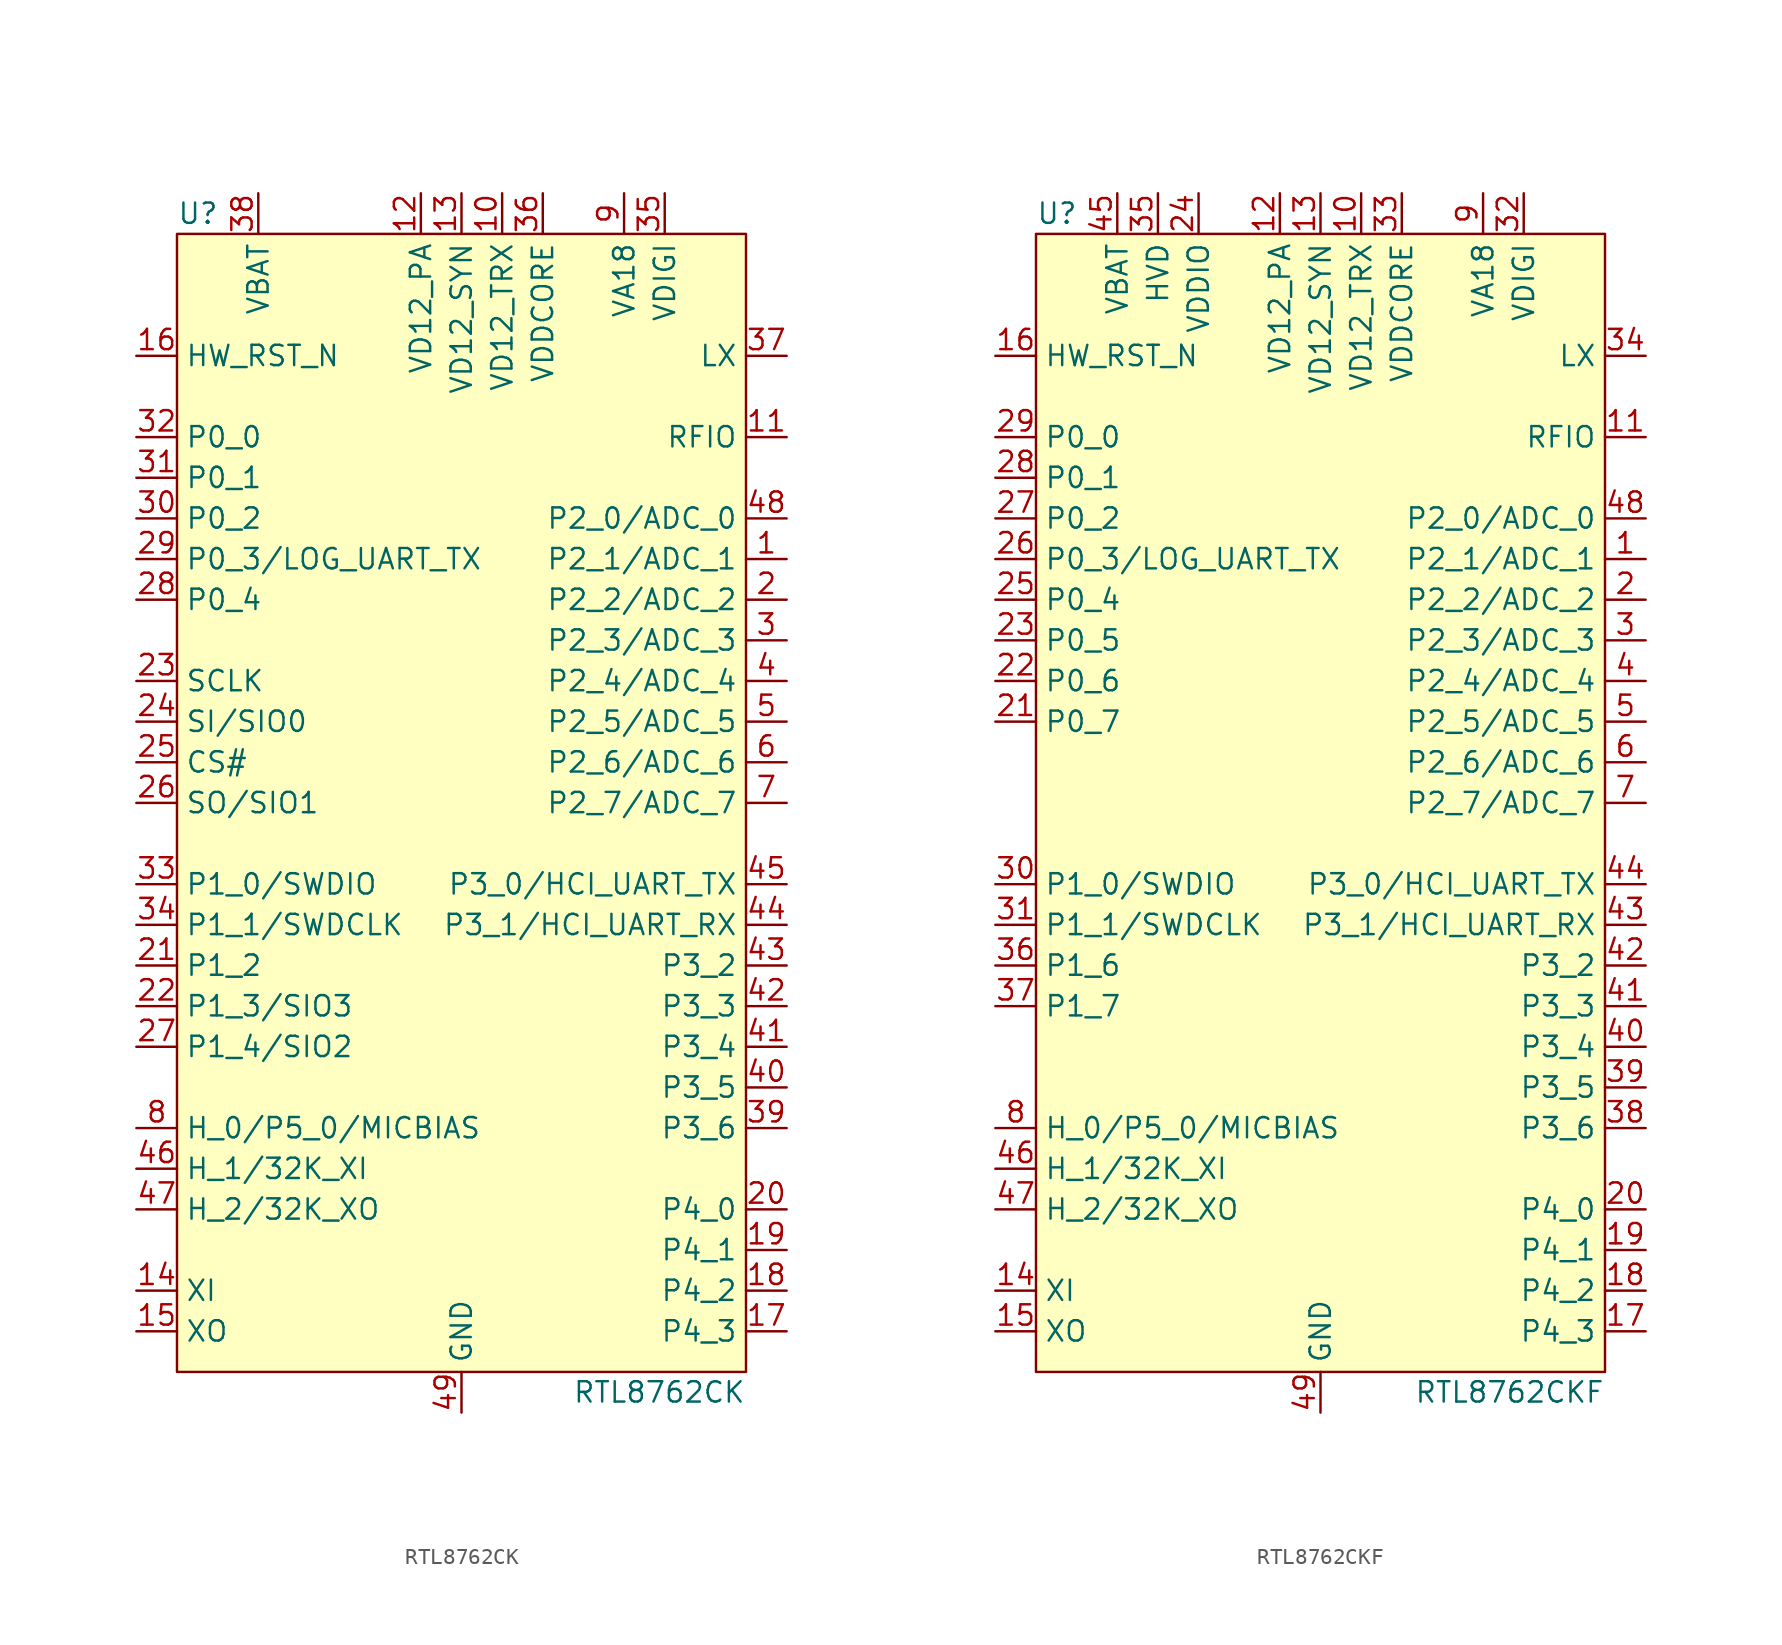
<source format=kicad_sym>
(kicad_symbol_lib
  (version 20220914)
  (generator kicad_symbol_editor)
  (symbol "RTL8762CK"
    (property "Reference" "U"
      (at -17.78 36.83 0)
      (effects (font (size 1.27 1.27)) (justify left)))
    (property "Value" "RTL8762CK"
      (at 17.78 -36.83 0)
      (effects (font (size 1.27 1.27)) (justify right)))
    (symbol "RTL8762CK_0_1"
      (rectangle (start -17.78 35.56) (end 17.78 -35.56) (stroke (width 0) (type default)) (fill (type background))))
    (symbol "RTL8762CK_1_1"
      (pin bidirectional line (at 20.32 15.24 180) (length 2.54) (name "P2_1/ADC_1" (effects (font (size 1.27 1.27)))) (number "1" (effects (font (size 1.27 1.27)))))
      (pin power_in line (at 2.54 38.1 270) (length 2.54) (name "VD12_TRX" (effects (font (size 1.27 1.27)))) (number "10" (effects (font (size 1.27 1.27)))))
      (pin passive line (at 20.32 22.86 180) (length 2.54) (name "RFIO" (effects (font (size 1.27 1.27)))) (number "11" (effects (font (size 1.27 1.27)))))
      (pin power_in line (at -2.54 38.1 270) (length 2.54) (name "VD12_PA" (effects (font (size 1.27 1.27)))) (number "12" (effects (font (size 1.27 1.27)))))
      (pin power_in line (at 0 38.1 270) (length 2.54) (name "VD12_SYN" (effects (font (size 1.27 1.27)))) (number "13" (effects (font (size 1.27 1.27)))))
      (pin passive line (at -20.32 -30.48 0) (length 2.54) (name "XI" (effects (font (size 1.27 1.27)))) (number "14" (effects (font (size 1.27 1.27)))))
      (pin passive line (at -20.32 -33.02 0) (length 2.54) (name "XO" (effects (font (size 1.27 1.27)))) (number "15" (effects (font (size 1.27 1.27)))))
      (pin input line (at -20.32 27.94 0) (length 2.54) (name "HW_RST_N" (effects (font (size 1.27 1.27)))) (number "16" (effects (font (size 1.27 1.27)))))
      (pin bidirectional line (at 20.32 -33.02 180) (length 2.54) (name "P4_3" (effects (font (size 1.27 1.27)))) (number "17" (effects (font (size 1.27 1.27)))))
      (pin bidirectional line (at 20.32 -30.48 180) (length 2.54) (name "P4_2" (effects (font (size 1.27 1.27)))) (number "18" (effects (font (size 1.27 1.27)))))
      (pin bidirectional line (at 20.32 -27.94 180) (length 2.54) (name "P4_1" (effects (font (size 1.27 1.27)))) (number "19" (effects (font (size 1.27 1.27)))))
      (pin bidirectional line (at 20.32 12.7 180) (length 2.54) (name "P2_2/ADC_2" (effects (font (size 1.27 1.27)))) (number "2" (effects (font (size 1.27 1.27)))))
      (pin bidirectional line (at 20.32 -25.4 180) (length 2.54) (name "P4_0" (effects (font (size 1.27 1.27)))) (number "20" (effects (font (size 1.27 1.27)))))
      (pin bidirectional line (at -20.32 -10.16 0) (length 2.54) (name "P1_2" (effects (font (size 1.27 1.27)))) (number "21" (effects (font (size 1.27 1.27)))))
      (pin bidirectional line (at -20.32 -12.7 0) (length 2.54) (name "P1_3/SIO3" (effects (font (size 1.27 1.27)))) (number "22" (effects (font (size 1.27 1.27)))))
      (pin output line (at -20.32 7.62 0) (length 2.54) (name "SCLK" (effects (font (size 1.27 1.27)))) (number "23" (effects (font (size 1.27 1.27)))))
      (pin bidirectional line (at -20.32 5.08 0) (length 2.54) (name "SI/SIO0" (effects (font (size 1.27 1.27)))) (number "24" (effects (font (size 1.27 1.27)))))
      (pin output line (at -20.32 2.54 0) (length 2.54) (name "CS#" (effects (font (size 1.27 1.27)))) (number "25" (effects (font (size 1.27 1.27)))))
      (pin bidirectional line (at -20.32 0 0) (length 2.54) (name "SO/SIO1" (effects (font (size 1.27 1.27)))) (number "26" (effects (font (size 1.27 1.27)))))
      (pin bidirectional line (at -20.32 -15.24 0) (length 2.54) (name "P1_4/SIO2" (effects (font (size 1.27 1.27)))) (number "27" (effects (font (size 1.27 1.27)))))
      (pin bidirectional line (at -20.32 12.7 0) (length 2.54) (name "P0_4" (effects (font (size 1.27 1.27)))) (number "28" (effects (font (size 1.27 1.27)))))
      (pin bidirectional line (at -20.32 15.24 0) (length 2.54) (name "P0_3/LOG_UART_TX" (effects (font (size 1.27 1.27)))) (number "29" (effects (font (size 1.27 1.27)))))
      (pin bidirectional line (at 20.32 10.16 180) (length 2.54) (name "P2_3/ADC_3" (effects (font (size 1.27 1.27)))) (number "3" (effects (font (size 1.27 1.27)))))
      (pin bidirectional line (at -20.32 17.78 0) (length 2.54) (name "P0_2" (effects (font (size 1.27 1.27)))) (number "30" (effects (font (size 1.27 1.27)))))
      (pin bidirectional line (at -20.32 20.32 0) (length 2.54) (name "P0_1" (effects (font (size 1.27 1.27)))) (number "31" (effects (font (size 1.27 1.27)))))
      (pin bidirectional line (at -20.32 22.86 0) (length 2.54) (name "P0_0" (effects (font (size 1.27 1.27)))) (number "32" (effects (font (size 1.27 1.27)))))
      (pin bidirectional line (at -20.32 -5.08 0) (length 2.54) (name "P1_0/SWDIO" (effects (font (size 1.27 1.27)))) (number "33" (effects (font (size 1.27 1.27)))))
      (pin bidirectional line (at -20.32 -7.62 0) (length 2.54) (name "P1_1/SWDCLK" (effects (font (size 1.27 1.27)))) (number "34" (effects (font (size 1.27 1.27)))))
      (pin power_in line (at 12.7 38.1 270) (length 2.54) (name "VDIGI" (effects (font (size 1.27 1.27)))) (number "35" (effects (font (size 1.27 1.27)))))
      (pin power_in line (at 5.08 38.1 270) (length 2.54) (name "VDDCORE" (effects (font (size 1.27 1.27)))) (number "36" (effects (font (size 1.27 1.27)))))
      (pin power_out line (at 20.32 27.94 180) (length 2.54) (name "LX" (effects (font (size 1.27 1.27)))) (number "37" (effects (font (size 1.27 1.27)))))
      (pin power_in line (at -12.7 38.1 270) (length 2.54) (name "VBAT" (effects (font (size 1.27 1.27)))) (number "38" (effects (font (size 1.27 1.27)))))
      (pin bidirectional line (at 20.32 -20.32 180) (length 2.54) (name "P3_6" (effects (font (size 1.27 1.27)))) (number "39" (effects (font (size 1.27 1.27)))))
      (pin bidirectional line (at 20.32 7.62 180) (length 2.54) (name "P2_4/ADC_4" (effects (font (size 1.27 1.27)))) (number "4" (effects (font (size 1.27 1.27)))))
      (pin bidirectional line (at 20.32 -17.78 180) (length 2.54) (name "P3_5" (effects (font (size 1.27 1.27)))) (number "40" (effects (font (size 1.27 1.27)))))
      (pin bidirectional line (at 20.32 -15.24 180) (length 2.54) (name "P3_4" (effects (font (size 1.27 1.27)))) (number "41" (effects (font (size 1.27 1.27)))))
      (pin bidirectional line (at 20.32 -12.7 180) (length 2.54) (name "P3_3" (effects (font (size 1.27 1.27)))) (number "42" (effects (font (size 1.27 1.27)))))
      (pin bidirectional line (at 20.32 -10.16 180) (length 2.54) (name "P3_2" (effects (font (size 1.27 1.27)))) (number "43" (effects (font (size 1.27 1.27)))))
      (pin bidirectional line (at 20.32 -7.62 180) (length 2.54) (name "P3_1/HCI_UART_RX" (effects (font (size 1.27 1.27)))) (number "44" (effects (font (size 1.27 1.27)))))
      (pin bidirectional line (at 20.32 -5.08 180) (length 2.54) (name "P3_0/HCI_UART_TX" (effects (font (size 1.27 1.27)))) (number "45" (effects (font (size 1.27 1.27)))))
      (pin bidirectional line (at -20.32 -22.86 0) (length 2.54) (name "H_1/32K_XI" (effects (font (size 1.27 1.27)))) (number "46" (effects (font (size 1.27 1.27)))))
      (pin bidirectional line (at -20.32 -25.4 0) (length 2.54) (name "H_2/32K_XO" (effects (font (size 1.27 1.27)))) (number "47" (effects (font (size 1.27 1.27)))))
      (pin bidirectional line (at 20.32 17.78 180) (length 2.54) (name "P2_0/ADC_0" (effects (font (size 1.27 1.27)))) (number "48" (effects (font (size 1.27 1.27)))))
      (pin power_in line (at 0 -38.1 90) (length 2.54) (name "GND" (effects (font (size 1.27 1.27)))) (number "49" (effects (font (size 1.27 1.27)))))
      (pin bidirectional line (at 20.32 5.08 180) (length 2.54) (name "P2_5/ADC_5" (effects (font (size 1.27 1.27)))) (number "5" (effects (font (size 1.27 1.27)))))
      (pin bidirectional line (at 20.32 2.54 180) (length 2.54) (name "P2_6/ADC_6" (effects (font (size 1.27 1.27)))) (number "6" (effects (font (size 1.27 1.27)))))
      (pin bidirectional line (at 20.32 0 180) (length 2.54) (name "P2_7/ADC_7" (effects (font (size 1.27 1.27)))) (number "7" (effects (font (size 1.27 1.27)))))
      (pin bidirectional line (at -20.32 -20.32 0) (length 2.54) (name "H_0/P5_0/MICBIAS" (effects (font (size 1.27 1.27)))) (number "8" (effects (font (size 1.27 1.27)))))
      (pin power_in line (at 10.16 38.1 270) (length 2.54) (name "VA18" (effects (font (size 1.27 1.27)))) (number "9" (effects (font (size 1.27 1.27)))))))
  (symbol "RTL8762CKF"
    (property "Reference" "U"
      (at -17.78 36.83 0)
      (effects (font (size 1.27 1.27)) (justify left)))
    (property "Value" "RTL8762CKF"
      (at 17.78 -36.83 0)
      (effects (font (size 1.27 1.27)) (justify right)))
    (symbol "RTL8762CKF_0_1"
      (rectangle (start -17.78 35.56) (end 17.78 -35.56) (stroke (width 0) (type default)) (fill (type background))))
    (symbol "RTL8762CKF_1_1"
      (pin bidirectional line (at 20.32 15.24 180) (length 2.54) (name "P2_1/ADC_1" (effects (font (size 1.27 1.27)))) (number "1" (effects (font (size 1.27 1.27)))))
      (pin power_in line (at 2.54 38.1 270) (length 2.54) (name "VD12_TRX" (effects (font (size 1.27 1.27)))) (number "10" (effects (font (size 1.27 1.27)))))
      (pin passive line (at 20.32 22.86 180) (length 2.54) (name "RFIO" (effects (font (size 1.27 1.27)))) (number "11" (effects (font (size 1.27 1.27)))))
      (pin power_in line (at -2.54 38.1 270) (length 2.54) (name "VD12_PA" (effects (font (size 1.27 1.27)))) (number "12" (effects (font (size 1.27 1.27)))))
      (pin power_in line (at 0 38.1 270) (length 2.54) (name "VD12_SYN" (effects (font (size 1.27 1.27)))) (number "13" (effects (font (size 1.27 1.27)))))
      (pin passive line (at -20.32 -30.48 0) (length 2.54) (name "XI" (effects (font (size 1.27 1.27)))) (number "14" (effects (font (size 1.27 1.27)))))
      (pin passive line (at -20.32 -33.02 0) (length 2.54) (name "XO" (effects (font (size 1.27 1.27)))) (number "15" (effects (font (size 1.27 1.27)))))
      (pin input line (at -20.32 27.94 0) (length 2.54) (name "HW_RST_N" (effects (font (size 1.27 1.27)))) (number "16" (effects (font (size 1.27 1.27)))))
      (pin bidirectional line (at 20.32 -33.02 180) (length 2.54) (name "P4_3" (effects (font (size 1.27 1.27)))) (number "17" (effects (font (size 1.27 1.27)))))
      (pin bidirectional line (at 20.32 -30.48 180) (length 2.54) (name "P4_2" (effects (font (size 1.27 1.27)))) (number "18" (effects (font (size 1.27 1.27)))))
      (pin bidirectional line (at 20.32 -27.94 180) (length 2.54) (name "P4_1" (effects (font (size 1.27 1.27)))) (number "19" (effects (font (size 1.27 1.27)))))
      (pin bidirectional line (at 20.32 12.7 180) (length 2.54) (name "P2_2/ADC_2" (effects (font (size 1.27 1.27)))) (number "2" (effects (font (size 1.27 1.27)))))
      (pin bidirectional line (at 20.32 -25.4 180) (length 2.54) (name "P4_0" (effects (font (size 1.27 1.27)))) (number "20" (effects (font (size 1.27 1.27)))))
      (pin bidirectional line (at -20.32 5.08 0) (length 2.54) (name "P0_7" (effects (font (size 1.27 1.27)))) (number "21" (effects (font (size 1.27 1.27)))))
      (pin bidirectional line (at -20.32 7.62 0) (length 2.54) (name "P0_6" (effects (font (size 1.27 1.27)))) (number "22" (effects (font (size 1.27 1.27)))))
      (pin bidirectional line (at -20.32 10.16 0) (length 2.54) (name "P0_5" (effects (font (size 1.27 1.27)))) (number "23" (effects (font (size 1.27 1.27)))))
      (pin power_in line (at -7.62 38.1 270) (length 2.54) (name "VDDIO" (effects (font (size 1.27 1.27)))) (number "24" (effects (font (size 1.27 1.27)))))
      (pin bidirectional line (at -20.32 12.7 0) (length 2.54) (name "P0_4" (effects (font (size 1.27 1.27)))) (number "25" (effects (font (size 1.27 1.27)))))
      (pin bidirectional line (at -20.32 15.24 0) (length 2.54) (name "P0_3/LOG_UART_TX" (effects (font (size 1.27 1.27)))) (number "26" (effects (font (size 1.27 1.27)))))
      (pin bidirectional line (at -20.32 17.78 0) (length 2.54) (name "P0_2" (effects (font (size 1.27 1.27)))) (number "27" (effects (font (size 1.27 1.27)))))
      (pin bidirectional line (at -20.32 20.32 0) (length 2.54) (name "P0_1" (effects (font (size 1.27 1.27)))) (number "28" (effects (font (size 1.27 1.27)))))
      (pin bidirectional line (at -20.32 22.86 0) (length 2.54) (name "P0_0" (effects (font (size 1.27 1.27)))) (number "29" (effects (font (size 1.27 1.27)))))
      (pin bidirectional line (at 20.32 10.16 180) (length 2.54) (name "P2_3/ADC_3" (effects (font (size 1.27 1.27)))) (number "3" (effects (font (size 1.27 1.27)))))
      (pin bidirectional line (at -20.32 -5.08 0) (length 2.54) (name "P1_0/SWDIO" (effects (font (size 1.27 1.27)))) (number "30" (effects (font (size 1.27 1.27)))))
      (pin bidirectional line (at -20.32 -7.62 0) (length 2.54) (name "P1_1/SWDCLK" (effects (font (size 1.27 1.27)))) (number "31" (effects (font (size 1.27 1.27)))))
      (pin power_in line (at 12.7 38.1 270) (length 2.54) (name "VDIGI" (effects (font (size 1.27 1.27)))) (number "32" (effects (font (size 1.27 1.27)))))
      (pin power_in line (at 5.08 38.1 270) (length 2.54) (name "VDDCORE" (effects (font (size 1.27 1.27)))) (number "33" (effects (font (size 1.27 1.27)))))
      (pin power_out line (at 20.32 27.94 180) (length 2.54) (name "LX" (effects (font (size 1.27 1.27)))) (number "34" (effects (font (size 1.27 1.27)))))
      (pin power_in line (at -10.16 38.1 270) (length 2.54) (name "HVD" (effects (font (size 1.27 1.27)))) (number "35" (effects (font (size 1.27 1.27)))))
      (pin bidirectional line (at -20.32 -10.16 0) (length 2.54) (name "P1_6" (effects (font (size 1.27 1.27)))) (number "36" (effects (font (size 1.27 1.27)))))
      (pin bidirectional line (at -20.32 -12.7 0) (length 2.54) (name "P1_7" (effects (font (size 1.27 1.27)))) (number "37" (effects (font (size 1.27 1.27)))))
      (pin bidirectional line (at 20.32 -20.32 180) (length 2.54) (name "P3_6" (effects (font (size 1.27 1.27)))) (number "38" (effects (font (size 1.27 1.27)))))
      (pin bidirectional line (at 20.32 -17.78 180) (length 2.54) (name "P3_5" (effects (font (size 1.27 1.27)))) (number "39" (effects (font (size 1.27 1.27)))))
      (pin bidirectional line (at 20.32 7.62 180) (length 2.54) (name "P2_4/ADC_4" (effects (font (size 1.27 1.27)))) (number "4" (effects (font (size 1.27 1.27)))))
      (pin bidirectional line (at 20.32 -15.24 180) (length 2.54) (name "P3_4" (effects (font (size 1.27 1.27)))) (number "40" (effects (font (size 1.27 1.27)))))
      (pin bidirectional line (at 20.32 -12.7 180) (length 2.54) (name "P3_3" (effects (font (size 1.27 1.27)))) (number "41" (effects (font (size 1.27 1.27)))))
      (pin bidirectional line (at 20.32 -10.16 180) (length 2.54) (name "P3_2" (effects (font (size 1.27 1.27)))) (number "42" (effects (font (size 1.27 1.27)))))
      (pin bidirectional line (at 20.32 -7.62 180) (length 2.54) (name "P3_1/HCI_UART_RX" (effects (font (size 1.27 1.27)))) (number "43" (effects (font (size 1.27 1.27)))))
      (pin bidirectional line (at 20.32 -5.08 180) (length 2.54) (name "P3_0/HCI_UART_TX" (effects (font (size 1.27 1.27)))) (number "44" (effects (font (size 1.27 1.27)))))
      (pin power_in line (at -12.7 38.1 270) (length 2.54) (name "VBAT" (effects (font (size 1.27 1.27)))) (number "45" (effects (font (size 1.27 1.27)))))
      (pin bidirectional line (at -20.32 -22.86 0) (length 2.54) (name "H_1/32K_XI" (effects (font (size 1.27 1.27)))) (number "46" (effects (font (size 1.27 1.27)))))
      (pin bidirectional line (at -20.32 -25.4 0) (length 2.54) (name "H_2/32K_XO" (effects (font (size 1.27 1.27)))) (number "47" (effects (font (size 1.27 1.27)))))
      (pin bidirectional line (at 20.32 17.78 180) (length 2.54) (name "P2_0/ADC_0" (effects (font (size 1.27 1.27)))) (number "48" (effects (font (size 1.27 1.27)))))
      (pin power_in line (at 0 -38.1 90) (length 2.54) (name "GND" (effects (font (size 1.27 1.27)))) (number "49" (effects (font (size 1.27 1.27)))))
      (pin bidirectional line (at 20.32 5.08 180) (length 2.54) (name "P2_5/ADC_5" (effects (font (size 1.27 1.27)))) (number "5" (effects (font (size 1.27 1.27)))))
      (pin bidirectional line (at 20.32 2.54 180) (length 2.54) (name "P2_6/ADC_6" (effects (font (size 1.27 1.27)))) (number "6" (effects (font (size 1.27 1.27)))))
      (pin bidirectional line (at 20.32 0 180) (length 2.54) (name "P2_7/ADC_7" (effects (font (size 1.27 1.27)))) (number "7" (effects (font (size 1.27 1.27)))))
      (pin bidirectional line (at -20.32 -20.32 0) (length 2.54) (name "H_0/P5_0/MICBIAS" (effects (font (size 1.27 1.27)))) (number "8" (effects (font (size 1.27 1.27)))))
      (pin power_in line (at 10.16 38.1 270) (length 2.54) (name "VA18" (effects (font (size 1.27 1.27)))) (number "9" (effects (font (size 1.27 1.27))))))))
</source>
